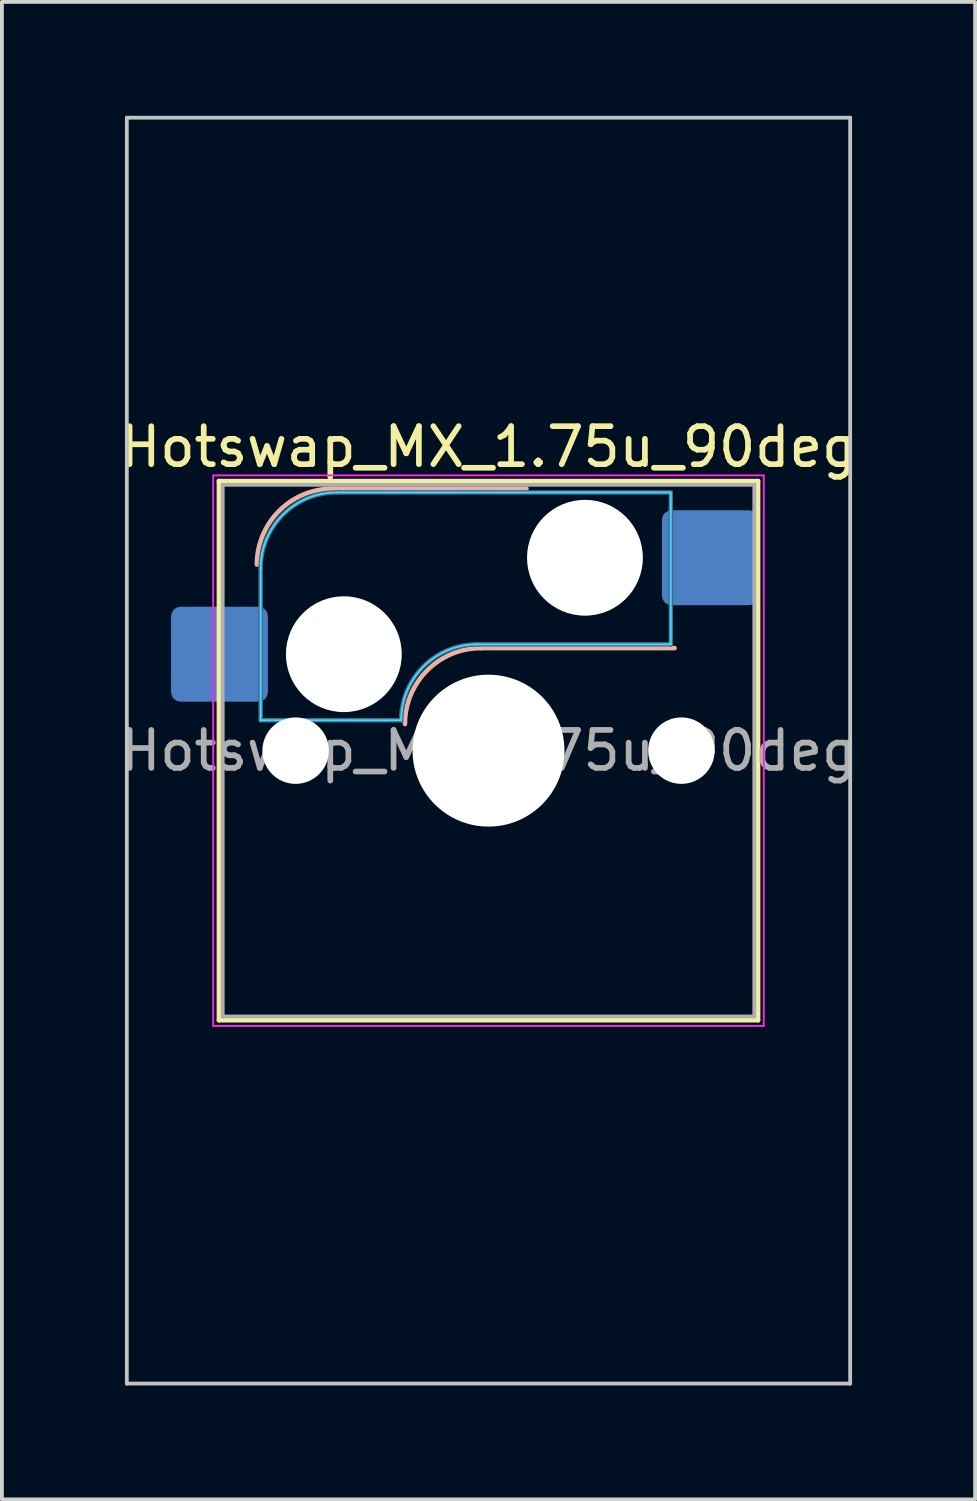
<source format=kicad_pcb>
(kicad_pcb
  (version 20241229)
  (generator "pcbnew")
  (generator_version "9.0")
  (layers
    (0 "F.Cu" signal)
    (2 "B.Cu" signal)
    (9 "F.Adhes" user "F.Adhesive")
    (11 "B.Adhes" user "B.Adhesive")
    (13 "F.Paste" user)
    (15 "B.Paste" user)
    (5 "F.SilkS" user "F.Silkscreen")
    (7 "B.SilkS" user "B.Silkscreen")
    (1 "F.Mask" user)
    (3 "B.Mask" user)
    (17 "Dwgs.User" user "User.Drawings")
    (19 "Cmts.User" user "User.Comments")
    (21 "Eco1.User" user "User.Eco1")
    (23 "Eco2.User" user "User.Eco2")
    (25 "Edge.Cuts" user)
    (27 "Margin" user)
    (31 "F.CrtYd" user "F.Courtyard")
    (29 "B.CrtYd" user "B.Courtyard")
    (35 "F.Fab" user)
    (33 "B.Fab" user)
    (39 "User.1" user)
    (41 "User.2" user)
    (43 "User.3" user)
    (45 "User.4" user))
  (footprint "Hotswap_MX_1.75u_90deg"
    (layer "F.Cu")
    (at 9.815 16.719)
    (property "Reference" "Hotswap_MX_1.75u_90deg" (at 0 -8 0) (layer "F.SilkS") (effects (font (size 1 1) (thickness 0.15))))
    (attr smd)
    (fp_line (start -7.1 -7.1) (end -7.1 7.1) (stroke (width 0.12) (type solid)) (layer "F.SilkS"))
    (fp_line (start -7.1 7.1) (end 7.1 7.1) (stroke (width 0.12) (type solid)) (layer "F.SilkS"))
    (fp_line (start 7.1 -7.1) (end -7.1 -7.1) (stroke (width 0.12) (type solid)) (layer "F.SilkS"))
    (fp_line (start 7.1 7.1) (end 7.1 -7.1) (stroke (width 0.12) (type solid)) (layer "F.SilkS"))
    (fp_line (start -4.1 -6.9) (end 1 -6.9) (stroke (width 0.12) (type solid)) (layer "B.SilkS"))
    (fp_line (start -0.2 -2.7) (end 4.9 -2.7) (stroke (width 0.12) (type solid)) (layer "B.SilkS"))
    (fp_arc (start -6.1 -4.9) (mid -5.514214 -6.314214) (end -4.1 -6.9) (stroke (width 0.12) (type solid)) (layer "B.SilkS"))
    (fp_arc (start -2.2 -0.7) (mid -1.614214 -2.114214) (end -0.2 -2.7) (stroke (width 0.12) (type solid)) (layer "B.SilkS"))
    (fp_line (start -9.525 -16.669) (end 9.525 -16.669) (stroke (width 0.1) (type solid)) (layer "Dwgs.User"))
    (fp_line (start -9.525 16.669) (end -9.525 -16.669) (stroke (width 0.1) (type solid)) (layer "Dwgs.User"))
    (fp_line (start 9.525 -16.669) (end 9.525 16.669) (stroke (width 0.1) (type solid)) (layer "Dwgs.User"))
    (fp_line (start 9.525 16.669) (end -9.525 16.669) (stroke (width 0.1) (type solid)) (layer "Dwgs.User"))
    (fp_line (start -7.8 -6) (end -7 -6) (stroke (width 0.1) (type solid)) (layer "Eco1.User"))
    (fp_line (start -7.8 -2.9) (end -7.8 -6) (stroke (width 0.1) (type solid)) (layer "Eco1.User"))
    (fp_line (start -7.8 2.9) (end -7 2.9) (stroke (width 0.1) (type solid)) (layer "Eco1.User"))
    (fp_line (start -7.8 6) (end -7.8 2.9) (stroke (width 0.1) (type solid)) (layer "Eco1.User"))
    (fp_line (start -7 -7) (end 7 -7) (stroke (width 0.1) (type solid)) (layer "Eco1.User"))
    (fp_line (start -7 -6) (end -7 -7) (stroke (width 0.1) (type solid)) (layer "Eco1.User"))
    (fp_line (start -7 -2.9) (end -7.8 -2.9) (stroke (width 0.1) (type solid)) (layer "Eco1.User"))
    (fp_line (start -7 2.9) (end -7 -2.9) (stroke (width 0.1) (type solid)) (layer "Eco1.User"))
    (fp_line (start -7 6) (end -7.8 6) (stroke (width 0.1) (type solid)) (layer "Eco1.User"))
    (fp_line (start -7 7) (end -7 6) (stroke (width 0.1) (type solid)) (layer "Eco1.User"))
    (fp_line (start 7 -7) (end 7 -6) (stroke (width 0.1) (type solid)) (layer "Eco1.User"))
    (fp_line (start 7 -6) (end 7.8 -6) (stroke (width 0.1) (type solid)) (layer "Eco1.User"))
    (fp_line (start 7 -2.9) (end 7 2.9) (stroke (width 0.1) (type solid)) (layer "Eco1.User"))
    (fp_line (start 7 2.9) (end 7.8 2.9) (stroke (width 0.1) (type solid)) (layer "Eco1.User"))
    (fp_line (start 7 6) (end 7 7) (stroke (width 0.1) (type solid)) (layer "Eco1.User"))
    (fp_line (start 7 7) (end -7 7) (stroke (width 0.1) (type solid)) (layer "Eco1.User"))
    (fp_line (start 7.8 -6) (end 7.8 -2.9) (stroke (width 0.1) (type solid)) (layer "Eco1.User"))
    (fp_line (start 7.8 -2.9) (end 7 -2.9) (stroke (width 0.1) (type solid)) (layer "Eco1.User"))
    (fp_line (start 7.8 2.9) (end 7.8 6) (stroke (width 0.1) (type solid)) (layer "Eco1.User"))
    (fp_line (start 7.8 6) (end 7 6) (stroke (width 0.1) (type solid)) (layer "Eco1.User"))
    (fp_line (start -6 -0.8) (end -6 -4.8) (stroke (width 0.05) (type solid)) (layer "B.CrtYd"))
    (fp_line (start -6 -0.8) (end -2.3 -0.8) (stroke (width 0.05) (type solid)) (layer "B.CrtYd"))
    (fp_line (start -4 -6.8) (end 4.8 -6.8) (stroke (width 0.05) (type solid)) (layer "B.CrtYd"))
    (fp_line (start -0.3 -2.8) (end 4.8 -2.8) (stroke (width 0.05) (type solid)) (layer "B.CrtYd"))
    (fp_line (start 4.8 -6.8) (end 4.8 -2.8) (stroke (width 0.05) (type solid)) (layer "B.CrtYd"))
    (fp_arc (start -6 -4.8) (mid -5.414214 -6.214214) (end -4 -6.8) (stroke (width 0.05) (type solid)) (layer "B.CrtYd"))
    (fp_arc (start -2.3 -0.8) (mid -1.714214 -2.214214) (end -0.3 -2.8) (stroke (width 0.05) (type solid)) (layer "B.CrtYd"))
    (fp_line (start -7.25 -7.25) (end -7.25 7.25) (stroke (width 0.05) (type solid)) (layer "F.CrtYd"))
    (fp_line (start -7.25 7.25) (end 7.25 7.25) (stroke (width 0.05) (type solid)) (layer "F.CrtYd"))
    (fp_line (start 7.25 -7.25) (end -7.25 -7.25) (stroke (width 0.05) (type solid)) (layer "F.CrtYd"))
    (fp_line (start 7.25 7.25) (end 7.25 -7.25) (stroke (width 0.05) (type solid)) (layer "F.CrtYd"))
    (fp_line (start -6 -0.8) (end -6 -4.8) (stroke (width 0.12) (type solid)) (layer "B.Fab"))
    (fp_line (start -6 -0.8) (end -2.3 -0.8) (stroke (width 0.12) (type solid)) (layer "B.Fab"))
    (fp_line (start -4 -6.8) (end 4.8 -6.8) (stroke (width 0.12) (type solid)) (layer "B.Fab"))
    (fp_line (start -0.3 -2.8) (end 4.8 -2.8) (stroke (width 0.12) (type solid)) (layer "B.Fab"))
    (fp_line (start 4.8 -6.8) (end 4.8 -2.8) (stroke (width 0.12) (type solid)) (layer "B.Fab"))
    (fp_arc (start -6 -4.8) (mid -5.414214 -6.214214) (end -4 -6.8) (stroke (width 0.12) (type solid)) (layer "B.Fab"))
    (fp_arc (start -2.3 -0.8) (mid -1.714214 -2.214214) (end -0.3 -2.8) (stroke (width 0.12) (type solid)) (layer "B.Fab"))
    (fp_line (start -7 -7) (end -7 7) (stroke (width 0.1) (type solid)) (layer "F.Fab"))
    (fp_line (start -7 7) (end 7 7) (stroke (width 0.1) (type solid)) (layer "F.Fab"))
    (fp_line (start 7 -7) (end -7 -7) (stroke (width 0.1) (type solid)) (layer "F.Fab"))
    (fp_line (start 7 7) (end 7 -7) (stroke (width 0.1) (type solid)) (layer "F.Fab"))
    (fp_text user "${REFERENCE}" (at 0 0 0) (layer "F.Fab") (effects (font (size 1 1) (thickness 0.15))))
    (pad "" np_thru_hole circle (at -5.08 0) (size 1.75 1.75) (drill 1.75) (layers "*.Cu" "*.Mask"))
    (pad "" np_thru_hole circle (at -3.81 -2.54) (size 3.05 3.05) (drill 3.05) (layers "*.Cu" "*.Mask"))
    (pad "" np_thru_hole circle (at 0 0) (size 4 4) (drill 4) (layers "*.Cu" "*.Mask"))
    (pad "" np_thru_hole circle (at 2.54 -5.08) (size 3.05 3.05) (drill 3.05) (layers "*.Cu" "*.Mask"))
    (pad "" np_thru_hole circle (at 5.08 0) (size 1.75 1.75) (drill 1.75) (layers "*.Cu" "*.Mask"))
    (pad "1" smd roundrect (at -7.085 -2.54) (size 2.55 2.5) (layers "B.Cu" "B.Mask" "B.Paste") (roundrect_rratio 0.1))
    (pad "2" smd roundrect (at 5.842 -5.08) (size 2.55 2.5) (layers "B.Cu" "B.Mask" "B.Paste") (roundrect_rratio 0.1)))
  (gr_rect
    (start -3 -3)
    (end 22.631 36.438)
    (stroke (width 0.1) (type default))
    (fill no)
    (layer "Edge.Cuts")))
</source>
